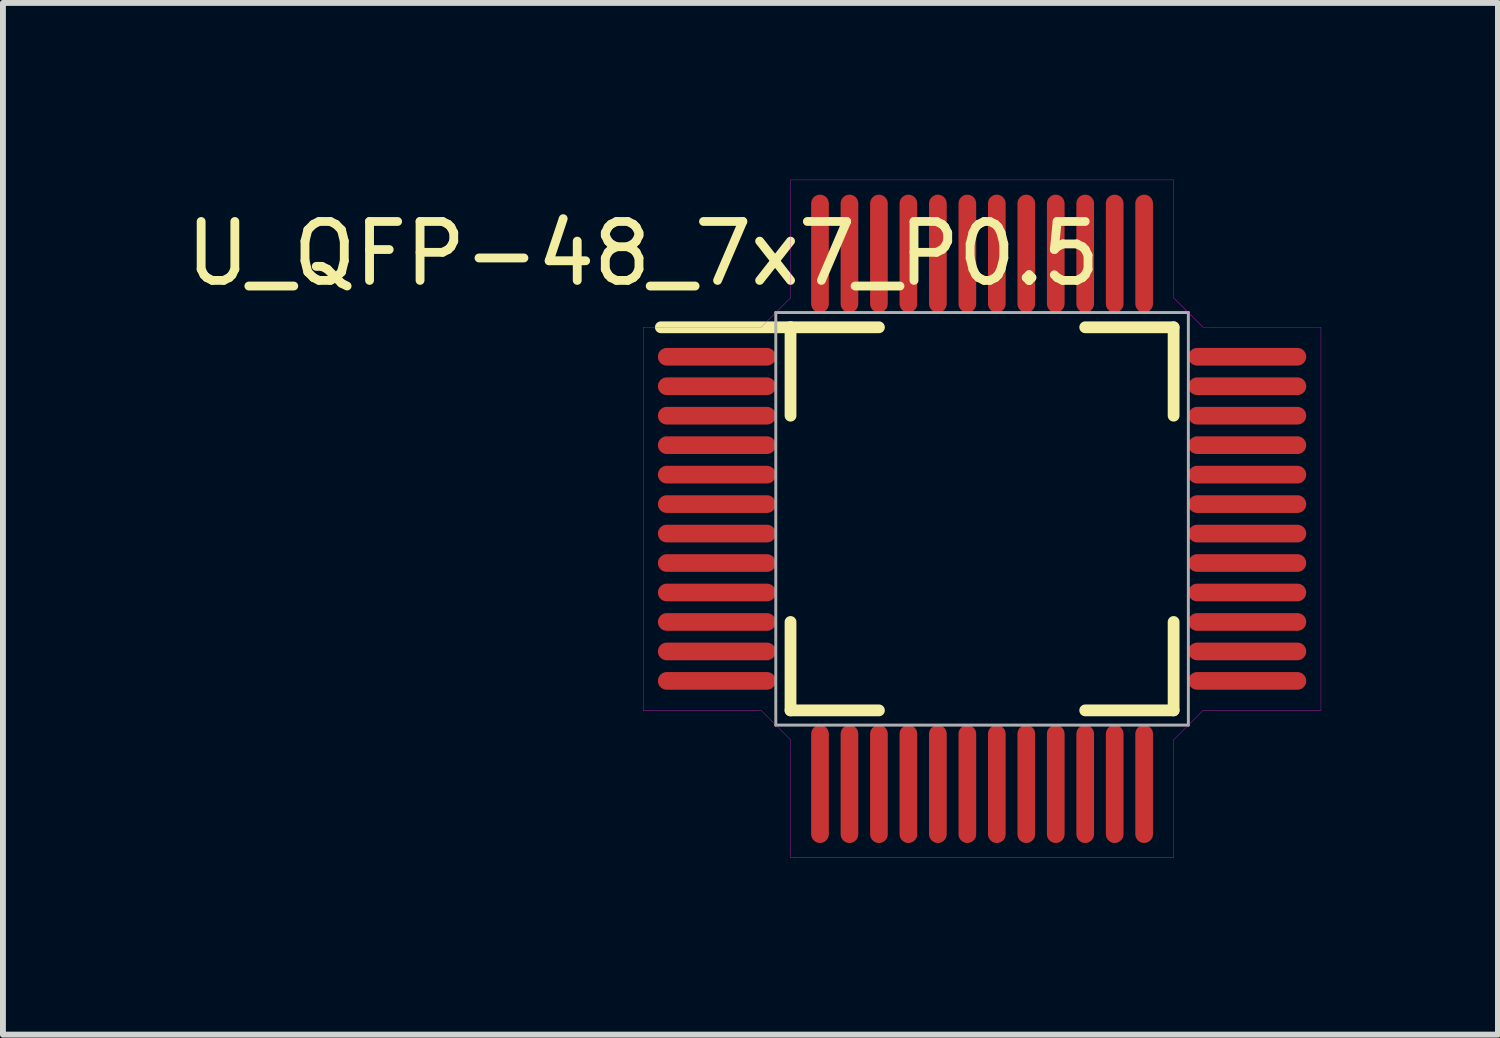
<source format=kicad_pcb>
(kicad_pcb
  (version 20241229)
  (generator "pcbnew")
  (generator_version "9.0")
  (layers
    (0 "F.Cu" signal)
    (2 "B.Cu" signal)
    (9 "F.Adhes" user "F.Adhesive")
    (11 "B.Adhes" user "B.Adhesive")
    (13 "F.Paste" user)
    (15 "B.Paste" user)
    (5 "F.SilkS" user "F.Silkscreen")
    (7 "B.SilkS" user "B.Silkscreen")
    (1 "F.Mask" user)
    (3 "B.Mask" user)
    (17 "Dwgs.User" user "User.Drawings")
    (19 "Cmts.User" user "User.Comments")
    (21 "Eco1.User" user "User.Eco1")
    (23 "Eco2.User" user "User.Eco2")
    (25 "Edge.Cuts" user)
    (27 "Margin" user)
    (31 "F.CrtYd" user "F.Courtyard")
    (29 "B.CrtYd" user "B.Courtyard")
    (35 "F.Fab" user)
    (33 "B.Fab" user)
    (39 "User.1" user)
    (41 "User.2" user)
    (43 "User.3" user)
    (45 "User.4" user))
  (footprint "U_QFP-48_7x7_P0.5"
    (layer "F.Cu")
    (at 13.613 5.753)
    (property "Reference" "U_QFP-48_7x7_P0.5" (at -5.75 -4.5 0) (layer "F.SilkS") (effects (font (size 1 1) (thickness 0.15))))
    (attr through_hole)
    (fp_line (start -3.25 -3.25) (end -5.45 -3.25) (stroke (width 0.2) (type solid)) (layer "F.SilkS"))
    (fp_line (start -3.25 -3.25) (end -3.25 -1.75) (stroke (width 0.2) (type solid)) (layer "F.SilkS"))
    (fp_line (start -3.25 1.75) (end -3.25 3.25) (stroke (width 0.2) (type solid)) (layer "F.SilkS"))
    (fp_line (start -3.25 3.25) (end -1.75 3.25) (stroke (width 0.2) (type solid)) (layer "F.SilkS"))
    (fp_line (start -1.75 -3.25) (end -3.25 -3.25) (stroke (width 0.2) (type solid)) (layer "F.SilkS"))
    (fp_line (start 1.75 -3.25) (end 3.25 -3.25) (stroke (width 0.2) (type solid)) (layer "F.SilkS"))
    (fp_line (start 1.75 3.25) (end 3.25 3.25) (stroke (width 0.2) (type solid)) (layer "F.SilkS"))
    (fp_line (start 3.25 -1.75) (end 3.25 -3.25) (stroke (width 0.2) (type solid)) (layer "F.SilkS"))
    (fp_line (start 3.25 3.25) (end 3.25 1.75) (stroke (width 0.2) (type solid)) (layer "F.SilkS"))
    (fp_line (start -5.75 -3.25) (end -3.75 -3.25) (stroke (width 0.005) (type solid)) (layer "F.CrtYd"))
    (fp_line (start -5.75 3.25) (end -5.75 -3.25) (stroke (width 0.005) (type solid)) (layer "F.CrtYd"))
    (fp_line (start -3.75 3.25) (end -5.75 3.25) (stroke (width 0.005) (type solid)) (layer "F.CrtYd"))
    (fp_line (start -3.75 3.25) (end -3.25 3.75) (stroke (width 0.005) (type solid)) (layer "F.CrtYd"))
    (fp_line (start -3.25 -5.75) (end -3.25 -3.75) (stroke (width 0.005) (type solid)) (layer "F.CrtYd"))
    (fp_line (start -3.25 -5.75) (end 3.25 -5.75) (stroke (width 0.005) (type solid)) (layer "F.CrtYd"))
    (fp_line (start -3.25 -3.75) (end -3.75 -3.25) (stroke (width 0.005) (type solid)) (layer "F.CrtYd"))
    (fp_line (start -3.25 3.75) (end -3.25 5.75) (stroke (width 0.005) (type solid)) (layer "F.CrtYd"))
    (fp_line (start 3.25 -5.75) (end 3.25 -3.75) (stroke (width 0.005) (type solid)) (layer "F.CrtYd"))
    (fp_line (start 3.25 3.75) (end 3.25 5.75) (stroke (width 0.005) (type solid)) (layer "F.CrtYd"))
    (fp_line (start 3.25 5.75) (end -3.25 5.75) (stroke (width 0.005) (type solid)) (layer "F.CrtYd"))
    (fp_line (start 3.75 -3.25) (end 3.25 -3.75) (stroke (width 0.005) (type solid)) (layer "F.CrtYd"))
    (fp_line (start 3.75 -3.25) (end 5.75 -3.25) (stroke (width 0.005) (type solid)) (layer "F.CrtYd"))
    (fp_line (start 3.75 3.25) (end 3.25 3.75) (stroke (width 0.005) (type solid)) (layer "F.CrtYd"))
    (fp_line (start 3.75 3.25) (end 5.75 3.25) (stroke (width 0.005) (type solid)) (layer "F.CrtYd"))
    (fp_line (start 5.75 -3.25) (end 5.75 3.25) (stroke (width 0.005) (type solid)) (layer "F.CrtYd"))
    (fp_line (start -3.5 -3.5) (end -3.5 3.5) (stroke (width 0.05) (type solid)) (layer "F.Fab"))
    (fp_line (start -3.5 3.5) (end 3.5 3.5) (stroke (width 0.05) (type solid)) (layer "F.Fab"))
    (fp_line (start 3.5 -3.5) (end -3.5 -3.5) (stroke (width 0.05) (type solid)) (layer "F.Fab"))
    (fp_line (start 3.5 3.5) (end 3.5 -3.5) (stroke (width 0.05) (type solid)) (layer "F.Fab"))
    (pad "1" smd oval (at -4.5 -2.75 90) (size 0.3 2) (layers "F.Cu" "F.Mask" "F.Paste"))
    (pad "2" smd oval (at -4.5 -2.25 90) (size 0.3 2) (layers "F.Cu" "F.Mask" "F.Paste"))
    (pad "3" smd oval (at -4.5 -1.75 90) (size 0.3 2) (layers "F.Cu" "F.Mask" "F.Paste"))
    (pad "4" smd oval (at -4.5 -1.25 90) (size 0.3 2) (layers "F.Cu" "F.Mask" "F.Paste"))
    (pad "5" smd oval (at -4.5 -0.75 90) (size 0.3 2) (layers "F.Cu" "F.Mask" "F.Paste"))
    (pad "6" smd oval (at -4.5 -0.25 90) (size 0.3 2) (layers "F.Cu" "F.Mask" "F.Paste"))
    (pad "7" smd oval (at -4.5 0.25 90) (size 0.3 2) (layers "F.Cu" "F.Mask" "F.Paste"))
    (pad "8" smd oval (at -4.5 0.75 90) (size 0.3 2) (layers "F.Cu" "F.Mask" "F.Paste"))
    (pad "9" smd oval (at -4.5 1.25 90) (size 0.3 2) (layers "F.Cu" "F.Mask" "F.Paste"))
    (pad "10" smd oval (at -4.5 1.75 90) (size 0.3 2) (layers "F.Cu" "F.Mask" "F.Paste"))
    (pad "11" smd oval (at -4.5 2.25 90) (size 0.3 2) (layers "F.Cu" "F.Mask" "F.Paste"))
    (pad "12" smd oval (at -4.5 2.75 90) (size 0.3 2) (layers "F.Cu" "F.Mask" "F.Paste"))
    (pad "13" smd oval (at -2.75 4.5 180) (size 0.3 2) (layers "F.Cu" "F.Mask" "F.Paste"))
    (pad "14" smd oval (at -2.25 4.5 180) (size 0.3 2) (layers "F.Cu" "F.Mask" "F.Paste"))
    (pad "15" smd oval (at -1.75 4.5 180) (size 0.3 2) (layers "F.Cu" "F.Mask" "F.Paste"))
    (pad "16" smd oval (at -1.25 4.5 180) (size 0.3 2) (layers "F.Cu" "F.Mask" "F.Paste"))
    (pad "17" smd oval (at -0.75 4.5 180) (size 0.3 2) (layers "F.Cu" "F.Mask" "F.Paste"))
    (pad "18" smd oval (at -0.25 4.5 180) (size 0.3 2) (layers "F.Cu" "F.Mask" "F.Paste"))
    (pad "19" smd oval (at 0.25 4.5 180) (size 0.3 2) (layers "F.Cu" "F.Mask" "F.Paste"))
    (pad "20" smd oval (at 0.75 4.5 180) (size 0.3 2) (layers "F.Cu" "F.Mask" "F.Paste"))
    (pad "21" smd oval (at 1.25 4.5 180) (size 0.3 2) (layers "F.Cu" "F.Mask" "F.Paste"))
    (pad "22" smd oval (at 1.75 4.5 180) (size 0.3 2) (layers "F.Cu" "F.Mask" "F.Paste"))
    (pad "23" smd oval (at 2.25 4.5 180) (size 0.3 2) (layers "F.Cu" "F.Mask" "F.Paste"))
    (pad "24" smd oval (at 2.75 4.5 180) (size 0.3 2) (layers "F.Cu" "F.Mask" "F.Paste"))
    (pad "25" smd oval (at 4.5 2.75 90) (size 0.3 2) (layers "F.Cu" "F.Mask" "F.Paste"))
    (pad "26" smd oval (at 4.5 2.25 90) (size 0.3 2) (layers "F.Cu" "F.Mask" "F.Paste"))
    (pad "27" smd oval (at 4.5 1.75 90) (size 0.3 2) (layers "F.Cu" "F.Mask" "F.Paste"))
    (pad "28" smd oval (at 4.5 1.25 90) (size 0.3 2) (layers "F.Cu" "F.Mask" "F.Paste"))
    (pad "29" smd oval (at 4.5 0.75 90) (size 0.3 2) (layers "F.Cu" "F.Mask" "F.Paste"))
    (pad "30" smd oval (at 4.5 0.25 90) (size 0.3 2) (layers "F.Cu" "F.Mask" "F.Paste"))
    (pad "31" smd oval (at 4.5 -0.25 90) (size 0.3 2) (layers "F.Cu" "F.Mask" "F.Paste"))
    (pad "32" smd oval (at 4.5 -0.75 90) (size 0.3 2) (layers "F.Cu" "F.Mask" "F.Paste"))
    (pad "33" smd oval (at 4.5 -1.25 90) (size 0.3 2) (layers "F.Cu" "F.Mask" "F.Paste"))
    (pad "34" smd oval (at 4.5 -1.75 90) (size 0.3 2) (layers "F.Cu" "F.Mask" "F.Paste"))
    (pad "35" smd oval (at 4.5 -2.25 90) (size 0.3 2) (layers "F.Cu" "F.Mask" "F.Paste"))
    (pad "36" smd oval (at 4.5 -2.75 90) (size 0.3 2) (layers "F.Cu" "F.Mask" "F.Paste"))
    (pad "37" smd oval (at 2.75 -4.5 180) (size 0.3 2) (layers "F.Cu" "F.Mask" "F.Paste"))
    (pad "38" smd oval (at 2.25 -4.5 180) (size 0.3 2) (layers "F.Cu" "F.Mask" "F.Paste"))
    (pad "39" smd oval (at 1.75 -4.5 180) (size 0.3 2) (layers "F.Cu" "F.Mask" "F.Paste"))
    (pad "40" smd oval (at 1.25 -4.5 180) (size 0.3 2) (layers "F.Cu" "F.Mask" "F.Paste"))
    (pad "41" smd oval (at 0.75 -4.5 180) (size 0.3 2) (layers "F.Cu" "F.Mask" "F.Paste"))
    (pad "42" smd oval (at 0.25 -4.5 180) (size 0.3 2) (layers "F.Cu" "F.Mask" "F.Paste"))
    (pad "43" smd oval (at -0.25 -4.5 180) (size 0.3 2) (layers "F.Cu" "F.Mask" "F.Paste"))
    (pad "44" smd oval (at -0.75 -4.5 180) (size 0.3 2) (layers "F.Cu" "F.Mask" "F.Paste"))
    (pad "45" smd oval (at -1.25 -4.5 180) (size 0.3 2) (layers "F.Cu" "F.Mask" "F.Paste"))
    (pad "46" smd oval (at -1.75 -4.5 180) (size 0.3 2) (layers "F.Cu" "F.Mask" "F.Paste"))
    (pad "47" smd oval (at -2.25 -4.5 180) (size 0.3 2) (layers "F.Cu" "F.Mask" "F.Paste"))
    (pad "48" smd oval (at -2.75 -4.5 180) (size 0.3 2) (layers "F.Cu" "F.Mask" "F.Paste")))
  (gr_rect
    (start -3 -3)
    (end 22.366 14.505)
    (stroke (width 0.1) (type default))
    (fill no)
    (layer "Edge.Cuts")))
</source>
